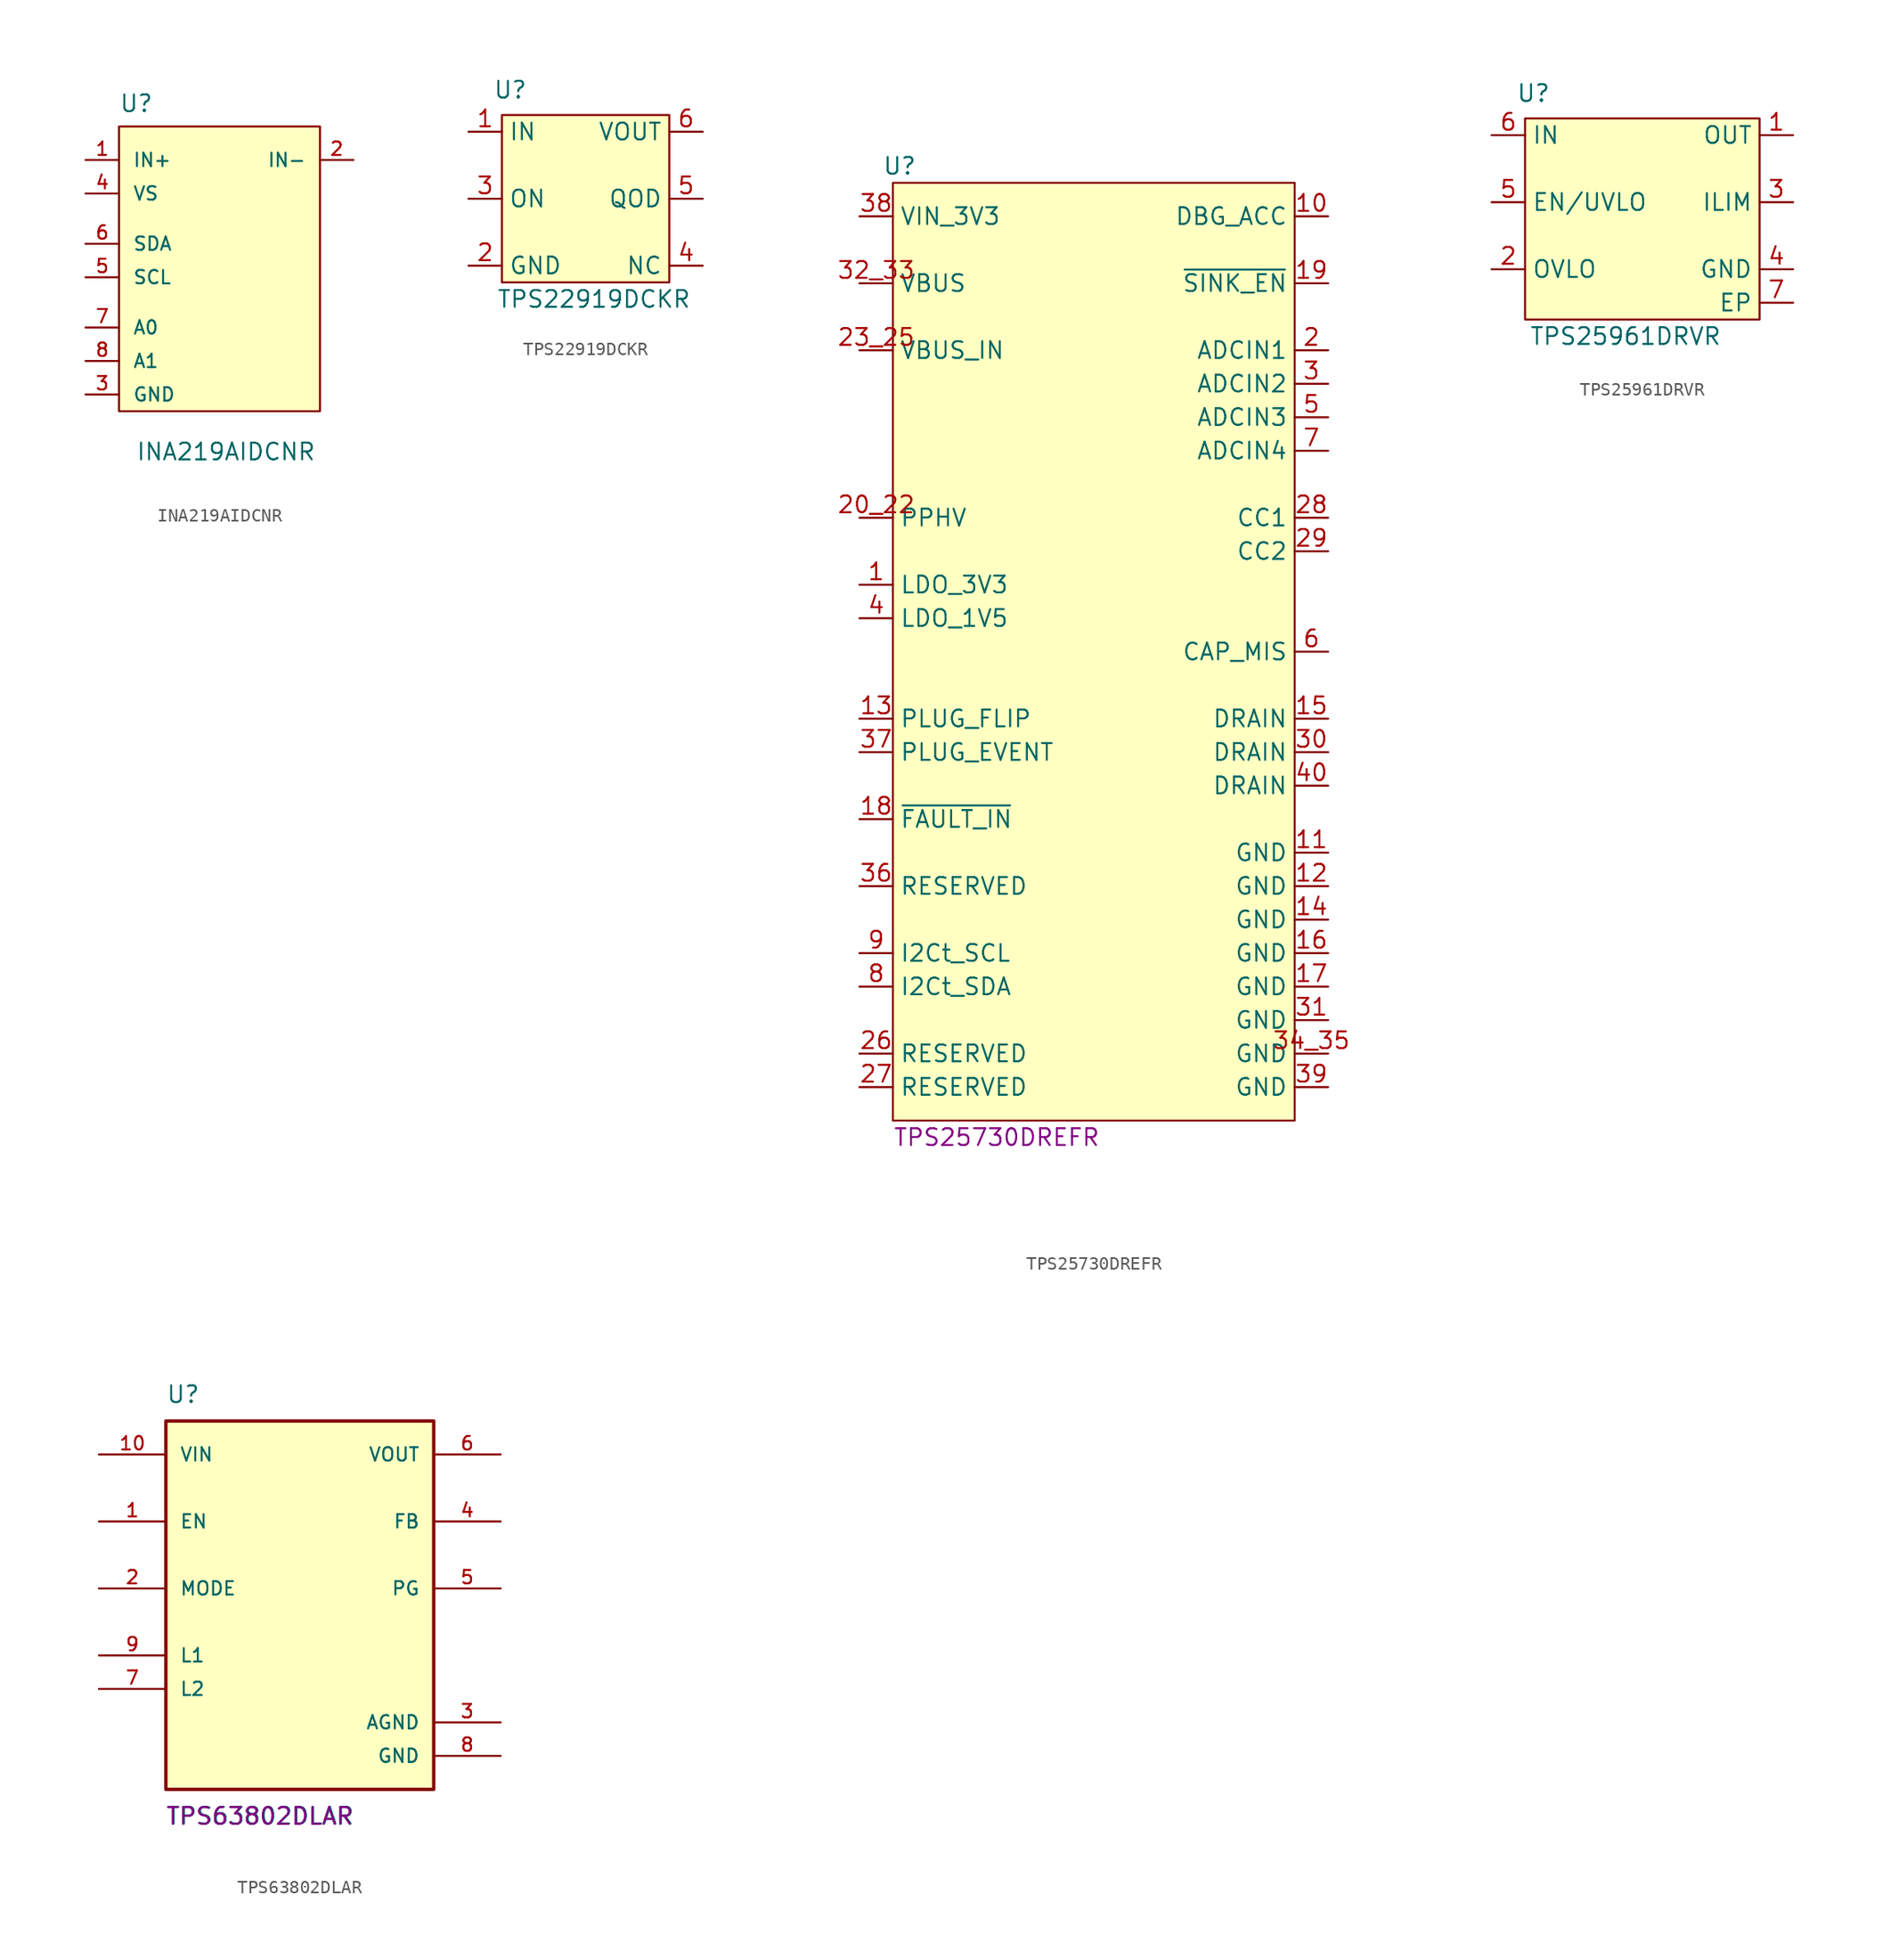
<source format=kicad_sym>
(kicad_symbol_lib
  (version 20241209)
  (generator "kicad_symbol_editor")
  (generator_version "9.0")
  (symbol "INA219AIDCNR"
    (pin_names
      (offset 1.016))
    (property "Reference" "U"
      (at -7.62 9.89 0)
      (effects (font (size 1.27 1.27)) (justify left bottom)))
    (property "Value" "INA219AIDCNR"
      (at -6.35 -16.51 0)
      (effects (font (size 1.27 1.27)) (justify left bottom)))
    (symbol "INA219AIDCNR_1_0"
      (rectangle (start -7.62 8.89) (end 7.62 -12.7) (stroke (width 0) (type default)) (fill (type background)))
      (pin input line (at -10.16 6.35 0) (length 2.54) (name "IN+" (effects (font (size 1.016 1.016)))) (number "1" (effects (font (size 1.016 1.016)))))
      (pin power_in line (at -10.16 3.81 0) (length 2.54) (name "VS" (effects (font (size 1.016 1.016)))) (number "4" (effects (font (size 1.016 1.016)))))
      (pin bidirectional line (at -10.16 0 0) (length 2.54) (name "SDA" (effects (font (size 1.016 1.016)))) (number "6" (effects (font (size 1.016 1.016)))))
      (pin input line (at -10.16 -2.54 0) (length 2.54) (name "SCL" (effects (font (size 1.016 1.016)))) (number "5" (effects (font (size 1.016 1.016)))))
      (pin input line (at -10.16 -6.35 0) (length 2.54) (name "A0" (effects (font (size 1.016 1.016)))) (number "7" (effects (font (size 1.016 1.016)))))
      (pin input line (at -10.16 -8.89 0) (length 2.54) (name "A1" (effects (font (size 1.016 1.016)))) (number "8" (effects (font (size 1.016 1.016)))))
      (pin power_in line (at -10.16 -11.43 0) (length 2.54) (name "GND" (effects (font (size 1.016 1.016)))) (number "3" (effects (font (size 1.016 1.016)))))
      (pin input line (at 10.16 6.35 180) (length 2.54) (name "IN-" (effects (font (size 1.016 1.016)))) (number "2" (effects (font (size 1.016 1.016)))))))
  (symbol "TPS22919DCKR"
    (property "Reference" "U"
      (at 3.175 3.175 0)
      (effects (font (size 1.27 1.27))))
    (property "Value" "TPS22919DCKR"
      (at 9.525 -12.7 0)
      (effects (font (size 1.27 1.27))))
    (symbol "TPS22919DCKR_0_0"
      (pin passive line (at 0 0 0) (length 2.54) (name "IN" (effects (font (size 1.27 1.27)))) (number "1" (effects (font (size 1.27 1.27)))))
      (pin passive line (at 0 -5.08 0) (length 2.54) (name "ON" (effects (font (size 1.27 1.27)))) (number "3" (effects (font (size 1.27 1.27)))))
      (pin passive line (at 0 -10.16 0) (length 2.54) (name "GND" (effects (font (size 1.27 1.27)))) (number "2" (effects (font (size 1.27 1.27)))))
      (pin passive line (at 17.78 0 180) (length 2.54) (name "VOUT" (effects (font (size 1.27 1.27)))) (number "6" (effects (font (size 1.27 1.27)))))
      (pin passive line (at 17.78 -5.08 180) (length 2.54) (name "QOD" (effects (font (size 1.27 1.27)))) (number "5" (effects (font (size 1.27 1.27)))))
      (pin passive line (at 17.78 -10.16 180) (length 2.54) (name "NC" (effects (font (size 1.27 1.27)))) (number "4" (effects (font (size 1.27 1.27))))))
    (symbol "TPS22919DCKR_1_1"
      (rectangle (start 2.54 1.27) (end 15.24 -11.43) (stroke (width 0) (type solid)) (fill (type background)))))
  (symbol "TPS25730DREFR"
    (property "Reference" "U"
      (at 3.048 31.75 0)
      (effects (font (size 1.27 1.27))))
    (property "PartNumber" "TPS25730DREFR"
      (at 10.414 -41.91 0)
      (effects (font (size 1.27 1.27))))
    (symbol "TPS25730DREFR_0_0"
      (pin passive line (at 0 27.94 0) (length 2.54) (name "VIN_3V3" (effects (font (size 1.27 1.27)))) (number "38" (effects (font (size 1.27 1.27)))))
      (pin passive line (at 0 22.86 0) (length 2.54) (name "VBUS" (effects (font (size 1.27 1.27)))) (number "32_33" (effects (font (size 1.27 1.27)))))
      (pin passive line (at 0 17.78 0) (length 2.54) (name "VBUS_IN" (effects (font (size 1.27 1.27)))) (number "23_25" (effects (font (size 1.27 1.27)))))
      (pin passive line (at 0 5.08 0) (length 2.54) (name "PPHV" (effects (font (size 1.27 1.27)))) (number "20_22" (effects (font (size 1.27 1.27)))))
      (pin passive line (at 0 0 0) (length 2.54) (name "LDO_3V3" (effects (font (size 1.27 1.27)))) (number "1" (effects (font (size 1.27 1.27)))))
      (pin passive line (at 0 -2.54 0) (length 2.54) (name "LDO_1V5" (effects (font (size 1.27 1.27)))) (number "4" (effects (font (size 1.27 1.27)))))
      (pin passive line (at 0 -10.16 0) (length 2.54) (name "PLUG_FLIP" (effects (font (size 1.27 1.27)))) (number "13" (effects (font (size 1.27 1.27)))))
      (pin passive line (at 0 -12.7 0) (length 2.54) (name "PLUG_EVENT" (effects (font (size 1.27 1.27)))) (number "37" (effects (font (size 1.27 1.27)))))
      (pin passive line (at 0 -17.78 0) (length 2.54) (name "~{FAULT_IN}" (effects (font (size 1.27 1.27)))) (number "18" (effects (font (size 1.27 1.27)))))
      (pin passive line (at 0 -22.86 0) (length 2.54) (name "RESERVED" (effects (font (size 1.27 1.27)))) (number "36" (effects (font (size 1.27 1.27)))))
      (pin passive line (at 0 -27.94 0) (length 2.54) (name "I2Ct_SCL" (effects (font (size 1.27 1.27)))) (number "9" (effects (font (size 1.27 1.27)))))
      (pin passive line (at 0 -30.48 0) (length 2.54) (name "I2Ct_SDA" (effects (font (size 1.27 1.27)))) (number "8" (effects (font (size 1.27 1.27)))))
      (pin passive line (at 0 -35.56 0) (length 2.54) (name "RESERVED" (effects (font (size 1.27 1.27)))) (number "26" (effects (font (size 1.27 1.27)))))
      (pin passive line (at 0 -38.1 0) (length 2.54) (name "RESERVED" (effects (font (size 1.27 1.27)))) (number "27" (effects (font (size 1.27 1.27)))))
      (pin passive line (at 35.56 27.94 180) (length 2.54) (name "DBG_ACC" (effects (font (size 1.27 1.27)))) (number "10" (effects (font (size 1.27 1.27)))))
      (pin passive line (at 35.56 22.86 180) (length 2.54) (name "~{SINK_EN}" (effects (font (size 1.27 1.27)))) (number "19" (effects (font (size 1.27 1.27)))))
      (pin passive line (at 35.56 17.78 180) (length 2.54) (name "ADCIN1" (effects (font (size 1.27 1.27)))) (number "2" (effects (font (size 1.27 1.27)))))
      (pin passive line (at 35.56 15.24 180) (length 2.54) (name "ADCIN2" (effects (font (size 1.27 1.27)))) (number "3" (effects (font (size 1.27 1.27)))))
      (pin passive line (at 35.56 12.7 180) (length 2.54) (name "ADCIN3" (effects (font (size 1.27 1.27)))) (number "5" (effects (font (size 1.27 1.27)))))
      (pin passive line (at 35.56 10.16 180) (length 2.54) (name "ADCIN4" (effects (font (size 1.27 1.27)))) (number "7" (effects (font (size 1.27 1.27)))))
      (pin passive line (at 35.56 5.08 180) (length 2.54) (name "CC1" (effects (font (size 1.27 1.27)))) (number "28" (effects (font (size 1.27 1.27)))))
      (pin passive line (at 35.56 2.54 180) (length 2.54) (name "CC2" (effects (font (size 1.27 1.27)))) (number "29" (effects (font (size 1.27 1.27)))))
      (pin passive line (at 35.56 -5.08 180) (length 2.54) (name "CAP_MIS" (effects (font (size 1.27 1.27)))) (number "6" (effects (font (size 1.27 1.27)))))
      (pin passive line (at 35.56 -10.16 180) (length 2.54) (name "DRAIN" (effects (font (size 1.27 1.27)))) (number "15" (effects (font (size 1.27 1.27)))))
      (pin passive line (at 35.56 -12.7 180) (length 2.54) (name "DRAIN" (effects (font (size 1.27 1.27)))) (number "30" (effects (font (size 1.27 1.27)))))
      (pin passive line (at 35.56 -15.24 180) (length 2.54) (name "DRAIN" (effects (font (size 1.27 1.27)))) (number "40" (effects (font (size 1.27 1.27)))))
      (pin passive line (at 35.56 -20.32 180) (length 2.54) (name "GND" (effects (font (size 1.27 1.27)))) (number "11" (effects (font (size 1.27 1.27)))))
      (pin passive line (at 35.56 -22.86 180) (length 2.54) (name "GND" (effects (font (size 1.27 1.27)))) (number "12" (effects (font (size 1.27 1.27)))))
      (pin passive line (at 35.56 -25.4 180) (length 2.54) (name "GND" (effects (font (size 1.27 1.27)))) (number "14" (effects (font (size 1.27 1.27)))))
      (pin passive line (at 35.56 -27.94 180) (length 2.54) (name "GND" (effects (font (size 1.27 1.27)))) (number "16" (effects (font (size 1.27 1.27)))))
      (pin passive line (at 35.56 -30.48 180) (length 2.54) (name "GND" (effects (font (size 1.27 1.27)))) (number "17" (effects (font (size 1.27 1.27)))))
      (pin passive line (at 35.56 -33.02 180) (length 2.54) (name "GND" (effects (font (size 1.27 1.27)))) (number "31" (effects (font (size 1.27 1.27)))))
      (pin passive line (at 35.56 -35.56 180) (length 2.54) (name "GND" (effects (font (size 1.27 1.27)))) (number "34_35" (effects (font (size 1.27 1.27)))))
      (pin passive line (at 35.56 -38.1 180) (length 2.54) (name "GND" (effects (font (size 1.27 1.27)))) (number "39" (effects (font (size 1.27 1.27))))))
    (symbol "TPS25730DREFR_1_1"
      (rectangle (start 2.54 30.48) (end 33.02 -40.64) (stroke (width 0) (type default)) (fill (type background)))))
  (symbol "TPS25961DRVR"
    (property "Reference" "U"
      (at 3.175 3.175 0)
      (effects (font (size 1.27 1.27))))
    (property "Value" "TPS25961DRVR"
      (at 10.16 -15.24 0)
      (effects (font (size 1.27 1.27))))
    (symbol "TPS25961DRVR_0_0"
      (pin passive line (at 0 0 0) (length 2.54) (name "IN" (effects (font (size 1.27 1.27)))) (number "6" (effects (font (size 1.27 1.27)))))
      (pin passive line (at 0 -5.08 0) (length 2.54) (name "EN/UVLO" (effects (font (size 1.27 1.27)))) (number "5" (effects (font (size 1.27 1.27)))))
      (pin passive line (at 0 -10.16 0) (length 2.54) (name "OVLO" (effects (font (size 1.27 1.27)))) (number "2" (effects (font (size 1.27 1.27)))))
      (pin passive line (at 22.86 0 180) (length 2.54) (name "OUT" (effects (font (size 1.27 1.27)))) (number "1" (effects (font (size 1.27 1.27)))))
      (pin passive line (at 22.86 -5.08 180) (length 2.54) (name "ILIM" (effects (font (size 1.27 1.27)))) (number "3" (effects (font (size 1.27 1.27)))))
      (pin passive line (at 22.86 -10.16 180) (length 2.54) (name "GND" (effects (font (size 1.27 1.27)))) (number "4" (effects (font (size 1.27 1.27)))))
      (pin passive line (at 22.86 -12.7 180) (length 2.54) (name "EP" (effects (font (size 1.27 1.27)))) (number "7" (effects (font (size 1.27 1.27))))))
    (symbol "TPS25961DRVR_1_1"
      (rectangle (start 2.54 1.27) (end 20.32 -13.97) (stroke (width 0) (type solid)) (fill (type background)))))
  (symbol "TPS63802DLAR"
    (pin_names
      (offset 1.016))
    (property "Reference" "U"
      (at -10.16 13.97 0)
      (effects (font (size 1.27 1.27)) (justify left bottom)))
    (property "Value" "TPS63802DLAR"
      (at -10.16 -16.51 0)
      (effects (font (size 1.27 1.27)) (justify left top)))
    (property "PartNumber" "TPS63802DLAR"
      (at -3.048 -17.272 0)
      (effects (font (size 1.27 1.27))))
    (symbol "TPS63802DLAR_0_0"
      (rectangle (start -10.16 -15.24) (end 10.16 12.7) (stroke (width 0.254) (type default)) (fill (type background)))
      (pin passive line (at -15.24 10.16 0) (length 5.08) (name "VIN" (effects (font (size 1.016 1.016)))) (number "10" (effects (font (size 1.016 1.016)))))
      (pin passive line (at -15.24 5.08 0) (length 5.08) (name "EN" (effects (font (size 1.016 1.016)))) (number "1" (effects (font (size 1.016 1.016)))))
      (pin passive line (at -15.24 0 0) (length 5.08) (name "MODE" (effects (font (size 1.016 1.016)))) (number "2" (effects (font (size 1.016 1.016)))))
      (pin passive line (at -15.24 -5.08 0) (length 5.08) (name "L1" (effects (font (size 1.016 1.016)))) (number "9" (effects (font (size 1.016 1.016)))))
      (pin passive line (at -15.24 -7.62 0) (length 5.08) (name "L2" (effects (font (size 1.016 1.016)))) (number "7" (effects (font (size 1.016 1.016)))))
      (pin passive line (at 15.24 10.16 180) (length 5.08) (name "VOUT" (effects (font (size 1.016 1.016)))) (number "6" (effects (font (size 1.016 1.016)))))
      (pin passive line (at 15.24 5.08 180) (length 5.08) (name "FB" (effects (font (size 1.016 1.016)))) (number "4" (effects (font (size 1.016 1.016)))))
      (pin passive line (at 15.24 0 180) (length 5.08) (name "PG" (effects (font (size 1.016 1.016)))) (number "5" (effects (font (size 1.016 1.016)))))
      (pin passive line (at 15.24 -10.16 180) (length 5.08) (name "AGND" (effects (font (size 1.016 1.016)))) (number "3" (effects (font (size 1.016 1.016)))))
      (pin passive line (at 15.24 -12.7 180) (length 5.08) (name "GND" (effects (font (size 1.016 1.016)))) (number "8" (effects (font (size 1.016 1.016))))))))
</source>
